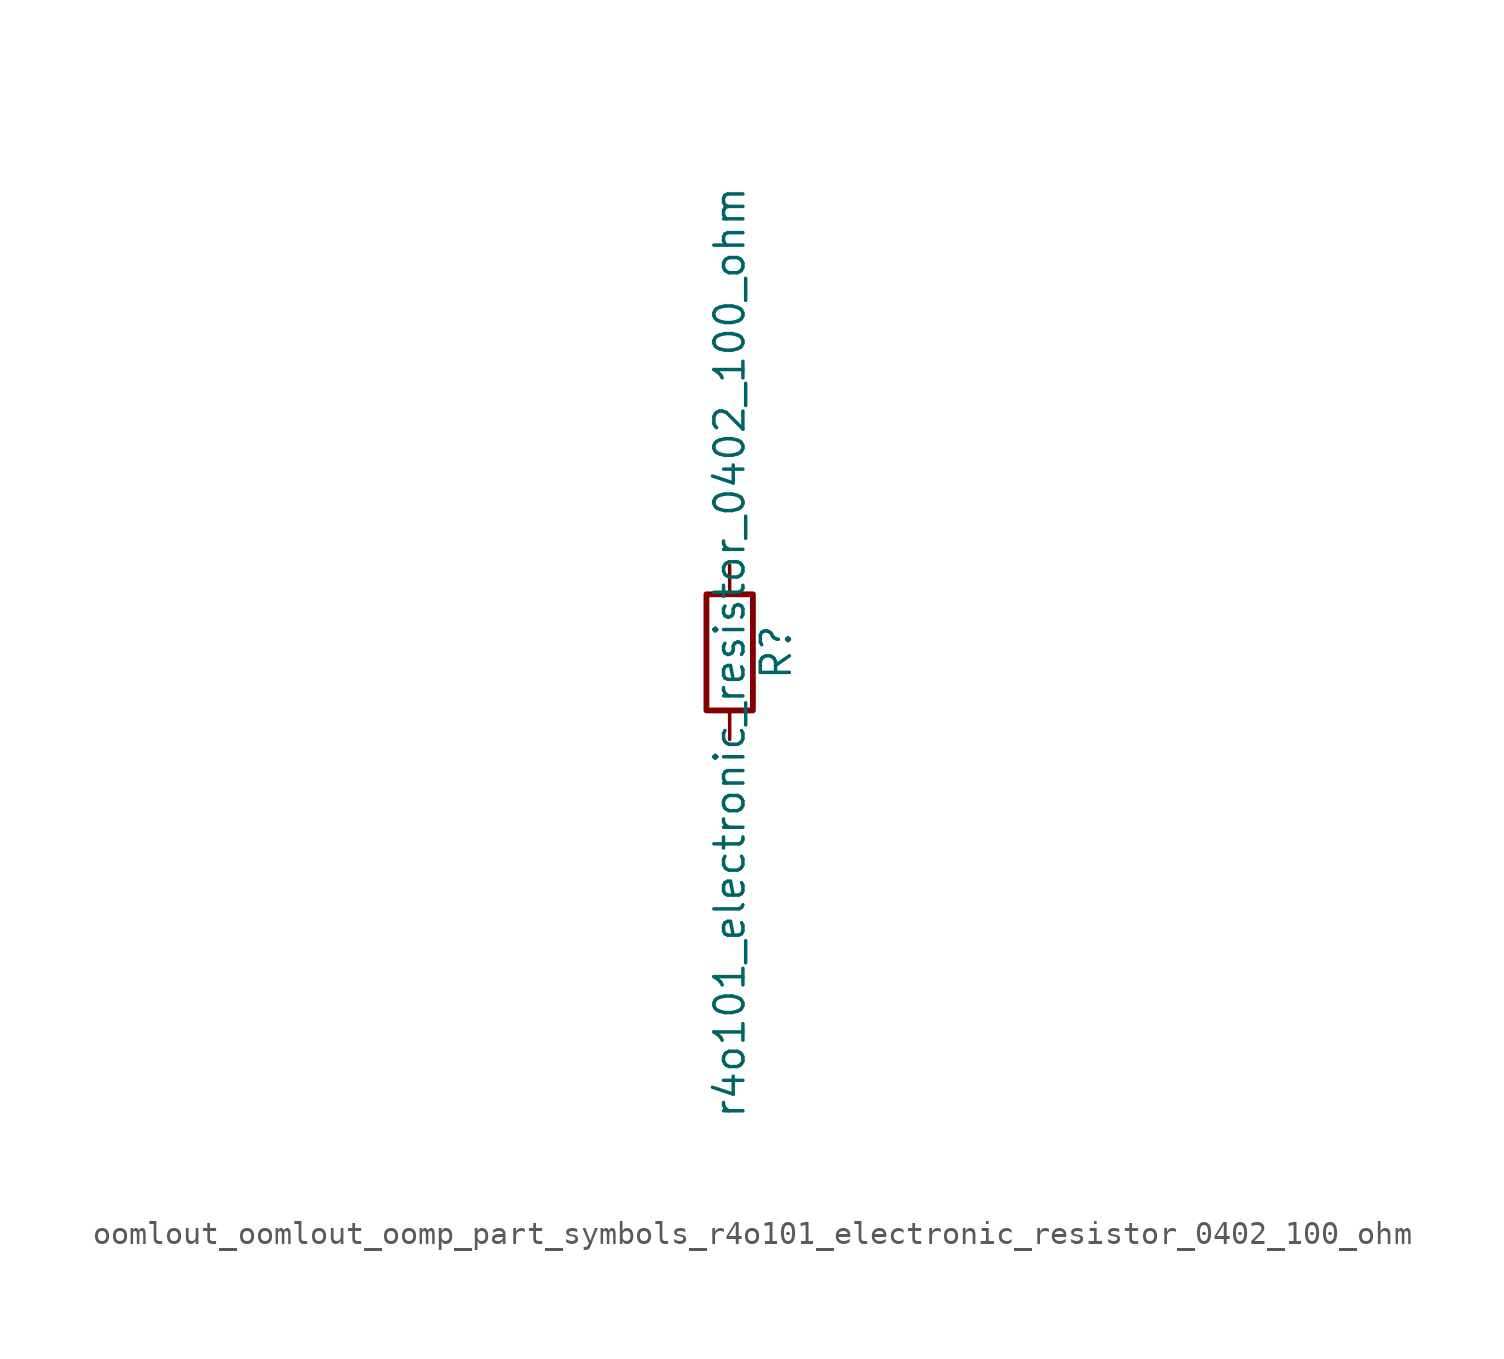
<source format=kicad_sym>
(kicad_symbol_lib
  (version 20220914)
  (generator kicad_symbol_editor)
  (symbol "oomlout_oomlout_oomp_part_symbols_r4o101_electronic_resistor_0402_100_ohm"
    (pin_numbers hide)
    (pin_names
      (offset 0))
    (property "Reference" "R"
      (at 2.032 0 90)
      (effects (font (size 1.27 1.27))))
    (property "Value" "r4o101_electronic_resistor_0402_100_ohm"
      (at 0 0 90)
      (effects (font (size 1.27 1.27))))
    (symbol "oomlout_oomlout_oomp_part_symbols_r4o101_electronic_resistor_0402_100_ohm_0_1"
      (rectangle (start -1.016 -2.54) (end 1.016 2.54) (stroke (width 0.254) (type default)) (fill (type none))))
    (symbol "oomlout_oomlout_oomp_part_symbols_r4o101_electronic_resistor_0402_100_ohm_1_1"
      (pin passive line (at 0 3.81 270) (length 1.27) (name "~" (effects (font (size 1.27 1.27)))) (number "1" (effects (font (size 1.27 1.27)))))
      (pin passive line (at 0 -3.81 90) (length 1.27) (name "~" (effects (font (size 1.27 1.27)))) (number "2" (effects (font (size 1.27 1.27))))))))
</source>
